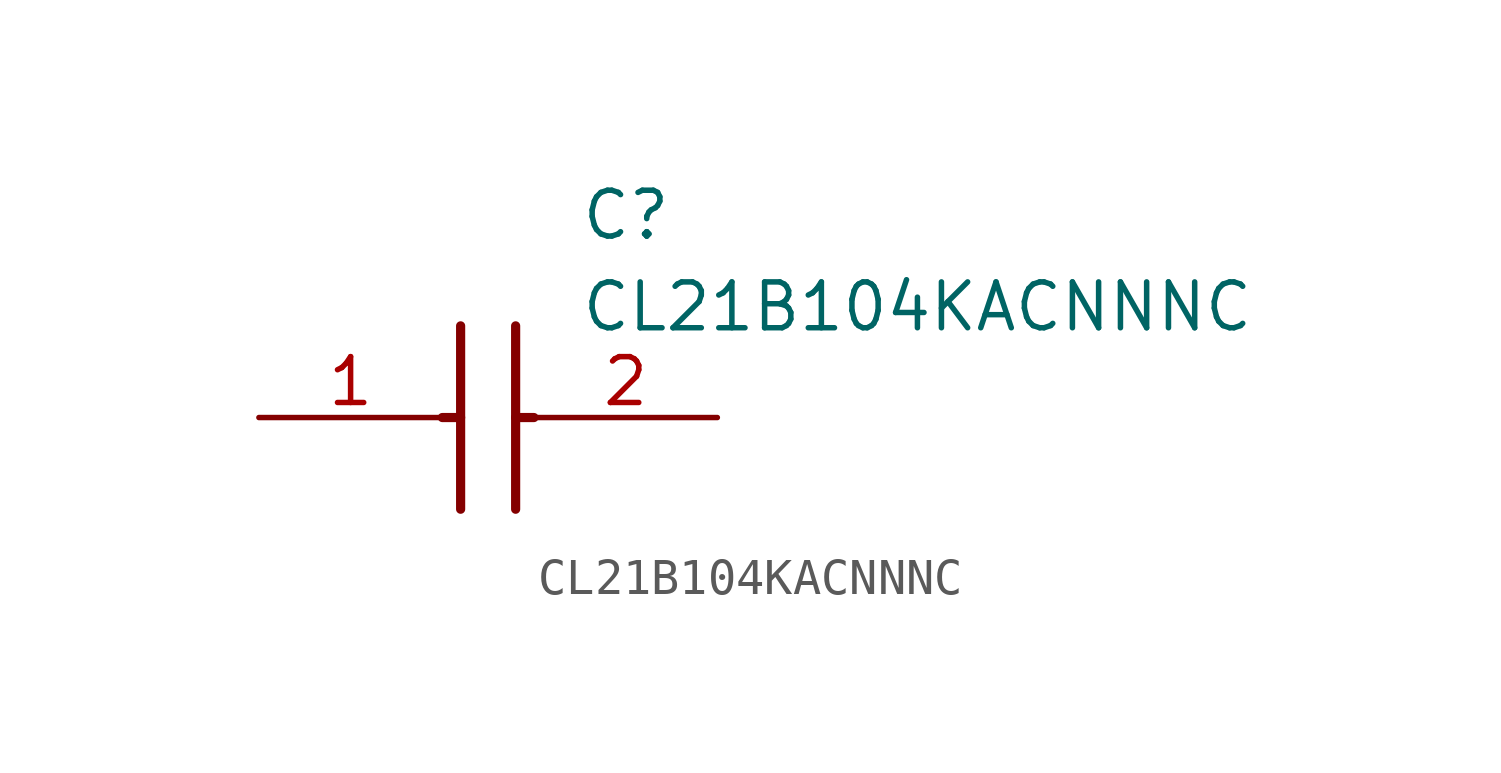
<source format=kicad_sym>
(kicad_symbol_lib
  (version 20211014)
  (generator SamacSys_ECAD_Model)
  (symbol "CL21B104KACNNNC"
    (pin_names hide)
    (property "Reference" "C"
      (at 8.89 6.35 0)
      (effects (font (size 1.27 1.27)) (justify left top)))
    (property "Value" "CL21B104KACNNNC"
      (at 8.89 3.81 0)
      (effects (font (size 1.27 1.27)) (justify left top)))
    (polyline
      (pts (xy 5.588 2.54) (xy 5.588 -2.54))
      (stroke (width 0.254) (type default))
      (fill (type none)))
    (polyline
      (pts (xy 7.112 2.54) (xy 7.112 -2.54))
      (stroke (width 0.254) (type default))
      (fill (type none)))
    (polyline
      (pts (xy 5.08 0) (xy 5.588 0))
      (stroke (width 0.254) (type default))
      (fill (type none)))
    (polyline
      (pts (xy 7.112 0) (xy 7.62 0))
      (stroke (width 0.254) (type default))
      (fill (type none)))
    (pin passive line
      (at 0 0 0)
      (length 5.08)
      (name "1" (effects (font (size 1.27 1.27))))
      (number "1" (effects (font (size 1.27 1.27)))))
    (pin passive line
      (at 12.7 0 180)
      (length 5.08)
      (name "2" (effects (font (size 1.27 1.27))))
      (number "2" (effects (font (size 1.27 1.27)))))))
</source>
